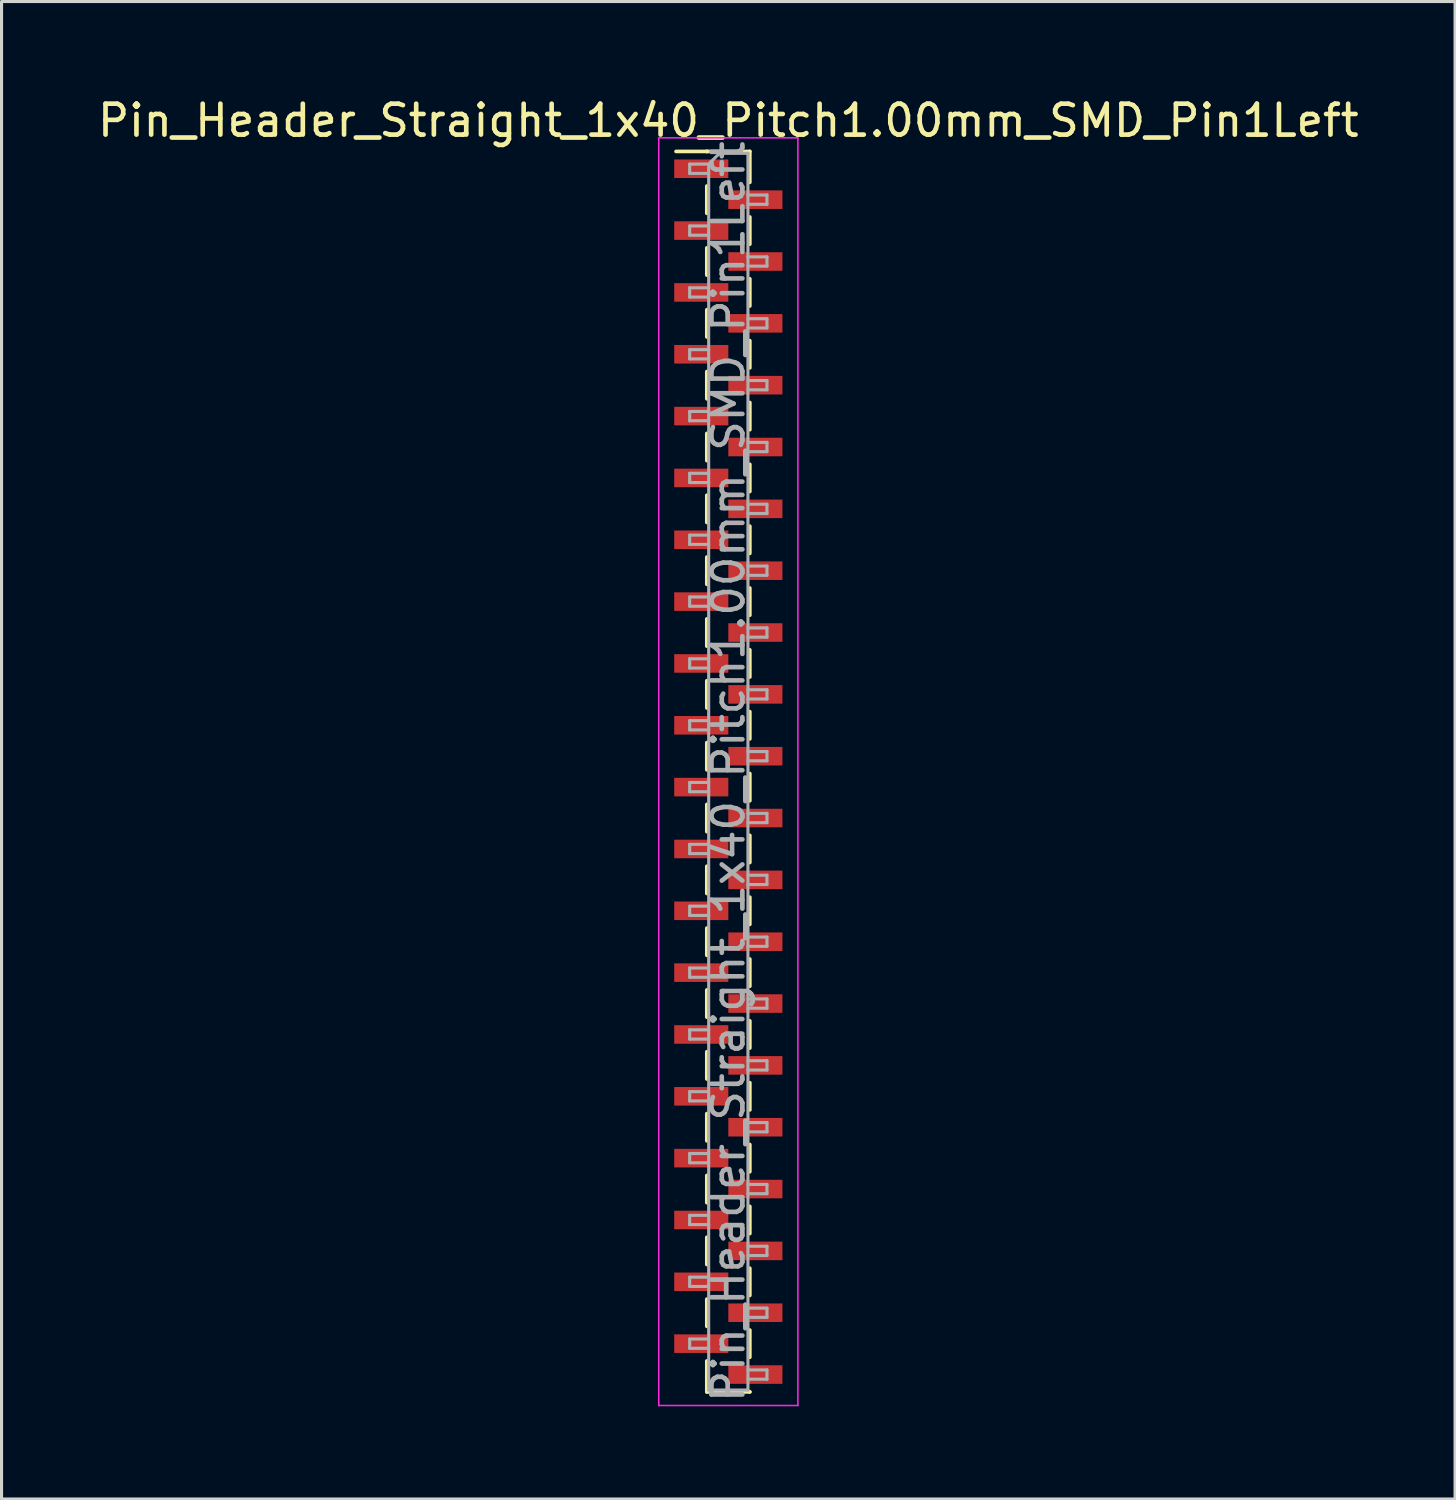
<source format=kicad_pcb>
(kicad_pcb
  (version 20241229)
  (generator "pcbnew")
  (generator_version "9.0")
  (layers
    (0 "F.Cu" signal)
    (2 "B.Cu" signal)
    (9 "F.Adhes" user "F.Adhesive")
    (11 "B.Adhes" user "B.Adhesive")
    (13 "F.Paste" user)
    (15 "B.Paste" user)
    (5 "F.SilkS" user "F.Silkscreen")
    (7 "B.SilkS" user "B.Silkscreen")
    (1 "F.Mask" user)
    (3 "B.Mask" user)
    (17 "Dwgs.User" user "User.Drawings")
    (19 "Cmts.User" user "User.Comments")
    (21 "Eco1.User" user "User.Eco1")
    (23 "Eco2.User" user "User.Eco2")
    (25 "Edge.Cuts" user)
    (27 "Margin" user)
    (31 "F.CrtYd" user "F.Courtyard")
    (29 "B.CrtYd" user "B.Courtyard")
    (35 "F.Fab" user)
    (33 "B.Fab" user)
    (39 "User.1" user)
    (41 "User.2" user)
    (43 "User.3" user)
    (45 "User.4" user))
  (footprint "Pin_Header_Straight_1x40_Pitch1.00mm_SMD_Pin1Left"
    (layer "F.Cu")
    (at 20.506 21.908)
    (property "Reference" "Pin_Header_Straight_1x40_Pitch1.00mm_SMD_Pin1Left" (at 0 -21.06 0) (layer "F.SilkS") (effects (font (size 1 1) (thickness 0.15))))
    (attr smd)
    (fp_line (start -0.695 -20.06) (end -1.69 -20.06) (stroke (width 0.12) (type solid)) (layer "F.SilkS"))
    (fp_line (start -0.695 -20.06) (end -0.695 -20.06) (stroke (width 0.12) (type solid)) (layer "F.SilkS"))
    (fp_line (start -0.695 -20.06) (end 0.695 -20.06) (stroke (width 0.12) (type solid)) (layer "F.SilkS"))
    (fp_line (start -0.695 -18.94) (end -0.695 -18.06) (stroke (width 0.12) (type solid)) (layer "F.SilkS"))
    (fp_line (start -0.695 -16.94) (end -0.695 -16.06) (stroke (width 0.12) (type solid)) (layer "F.SilkS"))
    (fp_line (start -0.695 -14.94) (end -0.695 -14.06) (stroke (width 0.12) (type solid)) (layer "F.SilkS"))
    (fp_line (start -0.695 -12.94) (end -0.695 -12.06) (stroke (width 0.12) (type solid)) (layer "F.SilkS"))
    (fp_line (start -0.695 -10.94) (end -0.695 -10.06) (stroke (width 0.12) (type solid)) (layer "F.SilkS"))
    (fp_line (start -0.695 -8.94) (end -0.695 -8.06) (stroke (width 0.12) (type solid)) (layer "F.SilkS"))
    (fp_line (start -0.695 -6.94) (end -0.695 -6.06) (stroke (width 0.12) (type solid)) (layer "F.SilkS"))
    (fp_line (start -0.695 -4.94) (end -0.695 -4.06) (stroke (width 0.12) (type solid)) (layer "F.SilkS"))
    (fp_line (start -0.695 -2.94) (end -0.695 -2.06) (stroke (width 0.12) (type solid)) (layer "F.SilkS"))
    (fp_line (start -0.695 -0.94) (end -0.695 -0.06) (stroke (width 0.12) (type solid)) (layer "F.SilkS"))
    (fp_line (start -0.695 1.06) (end -0.695 1.94) (stroke (width 0.12) (type solid)) (layer "F.SilkS"))
    (fp_line (start -0.695 3.06) (end -0.695 3.94) (stroke (width 0.12) (type solid)) (layer "F.SilkS"))
    (fp_line (start -0.695 5.06) (end -0.695 5.94) (stroke (width 0.12) (type solid)) (layer "F.SilkS"))
    (fp_line (start -0.695 7.06) (end -0.695 7.94) (stroke (width 0.12) (type solid)) (layer "F.SilkS"))
    (fp_line (start -0.695 9.06) (end -0.695 9.94) (stroke (width 0.12) (type solid)) (layer "F.SilkS"))
    (fp_line (start -0.695 11.06) (end -0.695 11.94) (stroke (width 0.12) (type solid)) (layer "F.SilkS"))
    (fp_line (start -0.695 13.06) (end -0.695 13.94) (stroke (width 0.12) (type solid)) (layer "F.SilkS"))
    (fp_line (start -0.695 15.06) (end -0.695 15.94) (stroke (width 0.12) (type solid)) (layer "F.SilkS"))
    (fp_line (start -0.695 17.06) (end -0.695 17.94) (stroke (width 0.12) (type solid)) (layer "F.SilkS"))
    (fp_line (start -0.695 19.06) (end -0.695 20.06) (stroke (width 0.12) (type solid)) (layer "F.SilkS"))
    (fp_line (start -0.695 20.06) (end 0.695 20.06) (stroke (width 0.12) (type solid)) (layer "F.SilkS"))
    (fp_line (start 0.695 -20.06) (end 0.695 -19.06) (stroke (width 0.12) (type solid)) (layer "F.SilkS"))
    (fp_line (start 0.695 -17.94) (end 0.695 -17.06) (stroke (width 0.12) (type solid)) (layer "F.SilkS"))
    (fp_line (start 0.695 -15.94) (end 0.695 -15.06) (stroke (width 0.12) (type solid)) (layer "F.SilkS"))
    (fp_line (start 0.695 -13.94) (end 0.695 -13.06) (stroke (width 0.12) (type solid)) (layer "F.SilkS"))
    (fp_line (start 0.695 -11.94) (end 0.695 -11.06) (stroke (width 0.12) (type solid)) (layer "F.SilkS"))
    (fp_line (start 0.695 -9.94) (end 0.695 -9.06) (stroke (width 0.12) (type solid)) (layer "F.SilkS"))
    (fp_line (start 0.695 -7.94) (end 0.695 -7.06) (stroke (width 0.12) (type solid)) (layer "F.SilkS"))
    (fp_line (start 0.695 -5.94) (end 0.695 -5.06) (stroke (width 0.12) (type solid)) (layer "F.SilkS"))
    (fp_line (start 0.695 -3.94) (end 0.695 -3.06) (stroke (width 0.12) (type solid)) (layer "F.SilkS"))
    (fp_line (start 0.695 -1.94) (end 0.695 -1.06) (stroke (width 0.12) (type solid)) (layer "F.SilkS"))
    (fp_line (start 0.695 0.06) (end 0.695 0.94) (stroke (width 0.12) (type solid)) (layer "F.SilkS"))
    (fp_line (start 0.695 2.06) (end 0.695 2.94) (stroke (width 0.12) (type solid)) (layer "F.SilkS"))
    (fp_line (start 0.695 4.06) (end 0.695 4.94) (stroke (width 0.12) (type solid)) (layer "F.SilkS"))
    (fp_line (start 0.695 6.06) (end 0.695 6.94) (stroke (width 0.12) (type solid)) (layer "F.SilkS"))
    (fp_line (start 0.695 8.06) (end 0.695 8.94) (stroke (width 0.12) (type solid)) (layer "F.SilkS"))
    (fp_line (start 0.695 10.06) (end 0.695 10.94) (stroke (width 0.12) (type solid)) (layer "F.SilkS"))
    (fp_line (start 0.695 12.06) (end 0.695 12.94) (stroke (width 0.12) (type solid)) (layer "F.SilkS"))
    (fp_line (start 0.695 14.06) (end 0.695 14.94) (stroke (width 0.12) (type solid)) (layer "F.SilkS"))
    (fp_line (start 0.695 16.06) (end 0.695 16.94) (stroke (width 0.12) (type solid)) (layer "F.SilkS"))
    (fp_line (start 0.695 18.06) (end 0.695 18.94) (stroke (width 0.12) (type solid)) (layer "F.SilkS"))
    (fp_line (start 0.695 20.06) (end 0.695 20.06) (stroke (width 0.12) (type solid)) (layer "F.SilkS"))
    (fp_line (start -2.25 -20.5) (end -2.25 20.5) (stroke (width 0.05) (type solid)) (layer "F.CrtYd"))
    (fp_line (start -2.25 20.5) (end 2.25 20.5) (stroke (width 0.05) (type solid)) (layer "F.CrtYd"))
    (fp_line (start 2.25 -20.5) (end -2.25 -20.5) (stroke (width 0.05) (type solid)) (layer "F.CrtYd"))
    (fp_line (start 2.25 20.5) (end 2.25 -20.5) (stroke (width 0.05) (type solid)) (layer "F.CrtYd"))
    (fp_line (start -1.25 -19.65) (end -1.25 -19.35) (stroke (width 0.1) (type solid)) (layer "F.Fab"))
    (fp_line (start -1.25 -19.35) (end -0.635 -19.35) (stroke (width 0.1) (type solid)) (layer "F.Fab"))
    (fp_line (start -1.25 -17.65) (end -1.25 -17.35) (stroke (width 0.1) (type solid)) (layer "F.Fab"))
    (fp_line (start -1.25 -17.35) (end -0.635 -17.35) (stroke (width 0.1) (type solid)) (layer "F.Fab"))
    (fp_line (start -1.25 -15.65) (end -1.25 -15.35) (stroke (width 0.1) (type solid)) (layer "F.Fab"))
    (fp_line (start -1.25 -15.35) (end -0.635 -15.35) (stroke (width 0.1) (type solid)) (layer "F.Fab"))
    (fp_line (start -1.25 -13.65) (end -1.25 -13.35) (stroke (width 0.1) (type solid)) (layer "F.Fab"))
    (fp_line (start -1.25 -13.35) (end -0.635 -13.35) (stroke (width 0.1) (type solid)) (layer "F.Fab"))
    (fp_line (start -1.25 -11.65) (end -1.25 -11.35) (stroke (width 0.1) (type solid)) (layer "F.Fab"))
    (fp_line (start -1.25 -11.35) (end -0.635 -11.35) (stroke (width 0.1) (type solid)) (layer "F.Fab"))
    (fp_line (start -1.25 -9.65) (end -1.25 -9.35) (stroke (width 0.1) (type solid)) (layer "F.Fab"))
    (fp_line (start -1.25 -9.35) (end -0.635 -9.35) (stroke (width 0.1) (type solid)) (layer "F.Fab"))
    (fp_line (start -1.25 -7.65) (end -1.25 -7.35) (stroke (width 0.1) (type solid)) (layer "F.Fab"))
    (fp_line (start -1.25 -7.35) (end -0.635 -7.35) (stroke (width 0.1) (type solid)) (layer "F.Fab"))
    (fp_line (start -1.25 -5.65) (end -1.25 -5.35) (stroke (width 0.1) (type solid)) (layer "F.Fab"))
    (fp_line (start -1.25 -5.35) (end -0.635 -5.35) (stroke (width 0.1) (type solid)) (layer "F.Fab"))
    (fp_line (start -1.25 -3.65) (end -1.25 -3.35) (stroke (width 0.1) (type solid)) (layer "F.Fab"))
    (fp_line (start -1.25 -3.35) (end -0.635 -3.35) (stroke (width 0.1) (type solid)) (layer "F.Fab"))
    (fp_line (start -1.25 -1.65) (end -1.25 -1.35) (stroke (width 0.1) (type solid)) (layer "F.Fab"))
    (fp_line (start -1.25 -1.35) (end -0.635 -1.35) (stroke (width 0.1) (type solid)) (layer "F.Fab"))
    (fp_line (start -1.25 0.35) (end -1.25 0.65) (stroke (width 0.1) (type solid)) (layer "F.Fab"))
    (fp_line (start -1.25 0.65) (end -0.635 0.65) (stroke (width 0.1) (type solid)) (layer "F.Fab"))
    (fp_line (start -1.25 2.35) (end -1.25 2.65) (stroke (width 0.1) (type solid)) (layer "F.Fab"))
    (fp_line (start -1.25 2.65) (end -0.635 2.65) (stroke (width 0.1) (type solid)) (layer "F.Fab"))
    (fp_line (start -1.25 4.35) (end -1.25 4.65) (stroke (width 0.1) (type solid)) (layer "F.Fab"))
    (fp_line (start -1.25 4.65) (end -0.635 4.65) (stroke (width 0.1) (type solid)) (layer "F.Fab"))
    (fp_line (start -1.25 6.35) (end -1.25 6.65) (stroke (width 0.1) (type solid)) (layer "F.Fab"))
    (fp_line (start -1.25 6.65) (end -0.635 6.65) (stroke (width 0.1) (type solid)) (layer "F.Fab"))
    (fp_line (start -1.25 8.35) (end -1.25 8.65) (stroke (width 0.1) (type solid)) (layer "F.Fab"))
    (fp_line (start -1.25 8.65) (end -0.635 8.65) (stroke (width 0.1) (type solid)) (layer "F.Fab"))
    (fp_line (start -1.25 10.35) (end -1.25 10.65) (stroke (width 0.1) (type solid)) (layer "F.Fab"))
    (fp_line (start -1.25 10.65) (end -0.635 10.65) (stroke (width 0.1) (type solid)) (layer "F.Fab"))
    (fp_line (start -1.25 12.35) (end -1.25 12.65) (stroke (width 0.1) (type solid)) (layer "F.Fab"))
    (fp_line (start -1.25 12.65) (end -0.635 12.65) (stroke (width 0.1) (type solid)) (layer "F.Fab"))
    (fp_line (start -1.25 14.35) (end -1.25 14.65) (stroke (width 0.1) (type solid)) (layer "F.Fab"))
    (fp_line (start -1.25 14.65) (end -0.635 14.65) (stroke (width 0.1) (type solid)) (layer "F.Fab"))
    (fp_line (start -1.25 16.35) (end -1.25 16.65) (stroke (width 0.1) (type solid)) (layer "F.Fab"))
    (fp_line (start -1.25 16.65) (end -0.635 16.65) (stroke (width 0.1) (type solid)) (layer "F.Fab"))
    (fp_line (start -1.25 18.35) (end -1.25 18.65) (stroke (width 0.1) (type solid)) (layer "F.Fab"))
    (fp_line (start -1.25 18.65) (end -0.635 18.65) (stroke (width 0.1) (type solid)) (layer "F.Fab"))
    (fp_line (start -0.635 -19.65) (end -1.25 -19.65) (stroke (width 0.1) (type solid)) (layer "F.Fab"))
    (fp_line (start -0.635 -19.65) (end -0.285 -20) (stroke (width 0.1) (type solid)) (layer "F.Fab"))
    (fp_line (start -0.635 -17.65) (end -1.25 -17.65) (stroke (width 0.1) (type solid)) (layer "F.Fab"))
    (fp_line (start -0.635 -15.65) (end -1.25 -15.65) (stroke (width 0.1) (type solid)) (layer "F.Fab"))
    (fp_line (start -0.635 -13.65) (end -1.25 -13.65) (stroke (width 0.1) (type solid)) (layer "F.Fab"))
    (fp_line (start -0.635 -11.65) (end -1.25 -11.65) (stroke (width 0.1) (type solid)) (layer "F.Fab"))
    (fp_line (start -0.635 -9.65) (end -1.25 -9.65) (stroke (width 0.1) (type solid)) (layer "F.Fab"))
    (fp_line (start -0.635 -7.65) (end -1.25 -7.65) (stroke (width 0.1) (type solid)) (layer "F.Fab"))
    (fp_line (start -0.635 -5.65) (end -1.25 -5.65) (stroke (width 0.1) (type solid)) (layer "F.Fab"))
    (fp_line (start -0.635 -3.65) (end -1.25 -3.65) (stroke (width 0.1) (type solid)) (layer "F.Fab"))
    (fp_line (start -0.635 -1.65) (end -1.25 -1.65) (stroke (width 0.1) (type solid)) (layer "F.Fab"))
    (fp_line (start -0.635 0.35) (end -1.25 0.35) (stroke (width 0.1) (type solid)) (layer "F.Fab"))
    (fp_line (start -0.635 2.35) (end -1.25 2.35) (stroke (width 0.1) (type solid)) (layer "F.Fab"))
    (fp_line (start -0.635 4.35) (end -1.25 4.35) (stroke (width 0.1) (type solid)) (layer "F.Fab"))
    (fp_line (start -0.635 6.35) (end -1.25 6.35) (stroke (width 0.1) (type solid)) (layer "F.Fab"))
    (fp_line (start -0.635 8.35) (end -1.25 8.35) (stroke (width 0.1) (type solid)) (layer "F.Fab"))
    (fp_line (start -0.635 10.35) (end -1.25 10.35) (stroke (width 0.1) (type solid)) (layer "F.Fab"))
    (fp_line (start -0.635 12.35) (end -1.25 12.35) (stroke (width 0.1) (type solid)) (layer "F.Fab"))
    (fp_line (start -0.635 14.35) (end -1.25 14.35) (stroke (width 0.1) (type solid)) (layer "F.Fab"))
    (fp_line (start -0.635 16.35) (end -1.25 16.35) (stroke (width 0.1) (type solid)) (layer "F.Fab"))
    (fp_line (start -0.635 18.35) (end -1.25 18.35) (stroke (width 0.1) (type solid)) (layer "F.Fab"))
    (fp_line (start -0.635 20) (end -0.635 -19.65) (stroke (width 0.1) (type solid)) (layer "F.Fab"))
    (fp_line (start -0.285 -20) (end 0.635 -20) (stroke (width 0.1) (type solid)) (layer "F.Fab"))
    (fp_line (start 0.635 -20) (end 0.635 20) (stroke (width 0.1) (type solid)) (layer "F.Fab"))
    (fp_line (start 0.635 -18.65) (end 1.25 -18.65) (stroke (width 0.1) (type solid)) (layer "F.Fab"))
    (fp_line (start 0.635 -16.65) (end 1.25 -16.65) (stroke (width 0.1) (type solid)) (layer "F.Fab"))
    (fp_line (start 0.635 -14.65) (end 1.25 -14.65) (stroke (width 0.1) (type solid)) (layer "F.Fab"))
    (fp_line (start 0.635 -12.65) (end 1.25 -12.65) (stroke (width 0.1) (type solid)) (layer "F.Fab"))
    (fp_line (start 0.635 -10.65) (end 1.25 -10.65) (stroke (width 0.1) (type solid)) (layer "F.Fab"))
    (fp_line (start 0.635 -8.65) (end 1.25 -8.65) (stroke (width 0.1) (type solid)) (layer "F.Fab"))
    (fp_line (start 0.635 -6.65) (end 1.25 -6.65) (stroke (width 0.1) (type solid)) (layer "F.Fab"))
    (fp_line (start 0.635 -4.65) (end 1.25 -4.65) (stroke (width 0.1) (type solid)) (layer "F.Fab"))
    (fp_line (start 0.635 -2.65) (end 1.25 -2.65) (stroke (width 0.1) (type solid)) (layer "F.Fab"))
    (fp_line (start 0.635 -0.65) (end 1.25 -0.65) (stroke (width 0.1) (type solid)) (layer "F.Fab"))
    (fp_line (start 0.635 1.35) (end 1.25 1.35) (stroke (width 0.1) (type solid)) (layer "F.Fab"))
    (fp_line (start 0.635 3.35) (end 1.25 3.35) (stroke (width 0.1) (type solid)) (layer "F.Fab"))
    (fp_line (start 0.635 5.35) (end 1.25 5.35) (stroke (width 0.1) (type solid)) (layer "F.Fab"))
    (fp_line (start 0.635 7.35) (end 1.25 7.35) (stroke (width 0.1) (type solid)) (layer "F.Fab"))
    (fp_line (start 0.635 9.35) (end 1.25 9.35) (stroke (width 0.1) (type solid)) (layer "F.Fab"))
    (fp_line (start 0.635 11.35) (end 1.25 11.35) (stroke (width 0.1) (type solid)) (layer "F.Fab"))
    (fp_line (start 0.635 13.35) (end 1.25 13.35) (stroke (width 0.1) (type solid)) (layer "F.Fab"))
    (fp_line (start 0.635 15.35) (end 1.25 15.35) (stroke (width 0.1) (type solid)) (layer "F.Fab"))
    (fp_line (start 0.635 17.35) (end 1.25 17.35) (stroke (width 0.1) (type solid)) (layer "F.Fab"))
    (fp_line (start 0.635 19.35) (end 1.25 19.35) (stroke (width 0.1) (type solid)) (layer "F.Fab"))
    (fp_line (start 0.635 20) (end -0.635 20) (stroke (width 0.1) (type solid)) (layer "F.Fab"))
    (fp_line (start 1.25 -18.65) (end 1.25 -18.35) (stroke (width 0.1) (type solid)) (layer "F.Fab"))
    (fp_line (start 1.25 -18.35) (end 0.635 -18.35) (stroke (width 0.1) (type solid)) (layer "F.Fab"))
    (fp_line (start 1.25 -16.65) (end 1.25 -16.35) (stroke (width 0.1) (type solid)) (layer "F.Fab"))
    (fp_line (start 1.25 -16.35) (end 0.635 -16.35) (stroke (width 0.1) (type solid)) (layer "F.Fab"))
    (fp_line (start 1.25 -14.65) (end 1.25 -14.35) (stroke (width 0.1) (type solid)) (layer "F.Fab"))
    (fp_line (start 1.25 -14.35) (end 0.635 -14.35) (stroke (width 0.1) (type solid)) (layer "F.Fab"))
    (fp_line (start 1.25 -12.65) (end 1.25 -12.35) (stroke (width 0.1) (type solid)) (layer "F.Fab"))
    (fp_line (start 1.25 -12.35) (end 0.635 -12.35) (stroke (width 0.1) (type solid)) (layer "F.Fab"))
    (fp_line (start 1.25 -10.65) (end 1.25 -10.35) (stroke (width 0.1) (type solid)) (layer "F.Fab"))
    (fp_line (start 1.25 -10.35) (end 0.635 -10.35) (stroke (width 0.1) (type solid)) (layer "F.Fab"))
    (fp_line (start 1.25 -8.65) (end 1.25 -8.35) (stroke (width 0.1) (type solid)) (layer "F.Fab"))
    (fp_line (start 1.25 -8.35) (end 0.635 -8.35) (stroke (width 0.1) (type solid)) (layer "F.Fab"))
    (fp_line (start 1.25 -6.65) (end 1.25 -6.35) (stroke (width 0.1) (type solid)) (layer "F.Fab"))
    (fp_line (start 1.25 -6.35) (end 0.635 -6.35) (stroke (width 0.1) (type solid)) (layer "F.Fab"))
    (fp_line (start 1.25 -4.65) (end 1.25 -4.35) (stroke (width 0.1) (type solid)) (layer "F.Fab"))
    (fp_line (start 1.25 -4.35) (end 0.635 -4.35) (stroke (width 0.1) (type solid)) (layer "F.Fab"))
    (fp_line (start 1.25 -2.65) (end 1.25 -2.35) (stroke (width 0.1) (type solid)) (layer "F.Fab"))
    (fp_line (start 1.25 -2.35) (end 0.635 -2.35) (stroke (width 0.1) (type solid)) (layer "F.Fab"))
    (fp_line (start 1.25 -0.65) (end 1.25 -0.35) (stroke (width 0.1) (type solid)) (layer "F.Fab"))
    (fp_line (start 1.25 -0.35) (end 0.635 -0.35) (stroke (width 0.1) (type solid)) (layer "F.Fab"))
    (fp_line (start 1.25 1.35) (end 1.25 1.65) (stroke (width 0.1) (type solid)) (layer "F.Fab"))
    (fp_line (start 1.25 1.65) (end 0.635 1.65) (stroke (width 0.1) (type solid)) (layer "F.Fab"))
    (fp_line (start 1.25 3.35) (end 1.25 3.65) (stroke (width 0.1) (type solid)) (layer "F.Fab"))
    (fp_line (start 1.25 3.65) (end 0.635 3.65) (stroke (width 0.1) (type solid)) (layer "F.Fab"))
    (fp_line (start 1.25 5.35) (end 1.25 5.65) (stroke (width 0.1) (type solid)) (layer "F.Fab"))
    (fp_line (start 1.25 5.65) (end 0.635 5.65) (stroke (width 0.1) (type solid)) (layer "F.Fab"))
    (fp_line (start 1.25 7.35) (end 1.25 7.65) (stroke (width 0.1) (type solid)) (layer "F.Fab"))
    (fp_line (start 1.25 7.65) (end 0.635 7.65) (stroke (width 0.1) (type solid)) (layer "F.Fab"))
    (fp_line (start 1.25 9.35) (end 1.25 9.65) (stroke (width 0.1) (type solid)) (layer "F.Fab"))
    (fp_line (start 1.25 9.65) (end 0.635 9.65) (stroke (width 0.1) (type solid)) (layer "F.Fab"))
    (fp_line (start 1.25 11.35) (end 1.25 11.65) (stroke (width 0.1) (type solid)) (layer "F.Fab"))
    (fp_line (start 1.25 11.65) (end 0.635 11.65) (stroke (width 0.1) (type solid)) (layer "F.Fab"))
    (fp_line (start 1.25 13.35) (end 1.25 13.65) (stroke (width 0.1) (type solid)) (layer "F.Fab"))
    (fp_line (start 1.25 13.65) (end 0.635 13.65) (stroke (width 0.1) (type solid)) (layer "F.Fab"))
    (fp_line (start 1.25 15.35) (end 1.25 15.65) (stroke (width 0.1) (type solid)) (layer "F.Fab"))
    (fp_line (start 1.25 15.65) (end 0.635 15.65) (stroke (width 0.1) (type solid)) (layer "F.Fab"))
    (fp_line (start 1.25 17.35) (end 1.25 17.65) (stroke (width 0.1) (type solid)) (layer "F.Fab"))
    (fp_line (start 1.25 17.65) (end 0.635 17.65) (stroke (width 0.1) (type solid)) (layer "F.Fab"))
    (fp_line (start 1.25 19.35) (end 1.25 19.65) (stroke (width 0.1) (type solid)) (layer "F.Fab"))
    (fp_line (start 1.25 19.65) (end 0.635 19.65) (stroke (width 0.1) (type solid)) (layer "F.Fab"))
    (fp_text user "${REFERENCE}" (at 0 0 90) (layer "F.Fab") (effects (font (size 1 1) (thickness 0.15))))
    (pad "1" smd rect (at -0.875 -19.5) (size 1.75 0.6) (layers "F.Cu" "F.Mask" "F.Paste"))
    (pad "2" smd rect (at 0.875 -18.5) (size 1.75 0.6) (layers "F.Cu" "F.Mask" "F.Paste"))
    (pad "3" smd rect (at -0.875 -17.5) (size 1.75 0.6) (layers "F.Cu" "F.Mask" "F.Paste"))
    (pad "4" smd rect (at 0.875 -16.5) (size 1.75 0.6) (layers "F.Cu" "F.Mask" "F.Paste"))
    (pad "5" smd rect (at -0.875 -15.5) (size 1.75 0.6) (layers "F.Cu" "F.Mask" "F.Paste"))
    (pad "6" smd rect (at 0.875 -14.5) (size 1.75 0.6) (layers "F.Cu" "F.Mask" "F.Paste"))
    (pad "7" smd rect (at -0.875 -13.5) (size 1.75 0.6) (layers "F.Cu" "F.Mask" "F.Paste"))
    (pad "8" smd rect (at 0.875 -12.5) (size 1.75 0.6) (layers "F.Cu" "F.Mask" "F.Paste"))
    (pad "9" smd rect (at -0.875 -11.5) (size 1.75 0.6) (layers "F.Cu" "F.Mask" "F.Paste"))
    (pad "10" smd rect (at 0.875 -10.5) (size 1.75 0.6) (layers "F.Cu" "F.Mask" "F.Paste"))
    (pad "11" smd rect (at -0.875 -9.5) (size 1.75 0.6) (layers "F.Cu" "F.Mask" "F.Paste"))
    (pad "12" smd rect (at 0.875 -8.5) (size 1.75 0.6) (layers "F.Cu" "F.Mask" "F.Paste"))
    (pad "13" smd rect (at -0.875 -7.5) (size 1.75 0.6) (layers "F.Cu" "F.Mask" "F.Paste"))
    (pad "14" smd rect (at 0.875 -6.5) (size 1.75 0.6) (layers "F.Cu" "F.Mask" "F.Paste"))
    (pad "15" smd rect (at -0.875 -5.5) (size 1.75 0.6) (layers "F.Cu" "F.Mask" "F.Paste"))
    (pad "16" smd rect (at 0.875 -4.5) (size 1.75 0.6) (layers "F.Cu" "F.Mask" "F.Paste"))
    (pad "17" smd rect (at -0.875 -3.5) (size 1.75 0.6) (layers "F.Cu" "F.Mask" "F.Paste"))
    (pad "18" smd rect (at 0.875 -2.5) (size 1.75 0.6) (layers "F.Cu" "F.Mask" "F.Paste"))
    (pad "19" smd rect (at -0.875 -1.5) (size 1.75 0.6) (layers "F.Cu" "F.Mask" "F.Paste"))
    (pad "20" smd rect (at 0.875 -0.5) (size 1.75 0.6) (layers "F.Cu" "F.Mask" "F.Paste"))
    (pad "21" smd rect (at -0.875 0.5) (size 1.75 0.6) (layers "F.Cu" "F.Mask" "F.Paste"))
    (pad "22" smd rect (at 0.875 1.5) (size 1.75 0.6) (layers "F.Cu" "F.Mask" "F.Paste"))
    (pad "23" smd rect (at -0.875 2.5) (size 1.75 0.6) (layers "F.Cu" "F.Mask" "F.Paste"))
    (pad "24" smd rect (at 0.875 3.5) (size 1.75 0.6) (layers "F.Cu" "F.Mask" "F.Paste"))
    (pad "25" smd rect (at -0.875 4.5) (size 1.75 0.6) (layers "F.Cu" "F.Mask" "F.Paste"))
    (pad "26" smd rect (at 0.875 5.5) (size 1.75 0.6) (layers "F.Cu" "F.Mask" "F.Paste"))
    (pad "27" smd rect (at -0.875 6.5) (size 1.75 0.6) (layers "F.Cu" "F.Mask" "F.Paste"))
    (pad "28" smd rect (at 0.875 7.5) (size 1.75 0.6) (layers "F.Cu" "F.Mask" "F.Paste"))
    (pad "29" smd rect (at -0.875 8.5) (size 1.75 0.6) (layers "F.Cu" "F.Mask" "F.Paste"))
    (pad "30" smd rect (at 0.875 9.5) (size 1.75 0.6) (layers "F.Cu" "F.Mask" "F.Paste"))
    (pad "31" smd rect (at -0.875 10.5) (size 1.75 0.6) (layers "F.Cu" "F.Mask" "F.Paste"))
    (pad "32" smd rect (at 0.875 11.5) (size 1.75 0.6) (layers "F.Cu" "F.Mask" "F.Paste"))
    (pad "33" smd rect (at -0.875 12.5) (size 1.75 0.6) (layers "F.Cu" "F.Mask" "F.Paste"))
    (pad "34" smd rect (at 0.875 13.5) (size 1.75 0.6) (layers "F.Cu" "F.Mask" "F.Paste"))
    (pad "35" smd rect (at -0.875 14.5) (size 1.75 0.6) (layers "F.Cu" "F.Mask" "F.Paste"))
    (pad "36" smd rect (at 0.875 15.5) (size 1.75 0.6) (layers "F.Cu" "F.Mask" "F.Paste"))
    (pad "37" smd rect (at -0.875 16.5) (size 1.75 0.6) (layers "F.Cu" "F.Mask" "F.Paste"))
    (pad "38" smd rect (at 0.875 17.5) (size 1.75 0.6) (layers "F.Cu" "F.Mask" "F.Paste"))
    (pad "39" smd rect (at -0.875 18.5) (size 1.75 0.6) (layers "F.Cu" "F.Mask" "F.Paste"))
    (pad "40" smd rect (at 0.875 19.5) (size 1.75 0.6) (layers "F.Cu" "F.Mask" "F.Paste")))
  (gr_rect
    (start -3 -3)
    (end 44.012 45.433)
    (stroke (width 0.1) (type default))
    (fill no)
    (layer "Edge.Cuts")))
</source>
